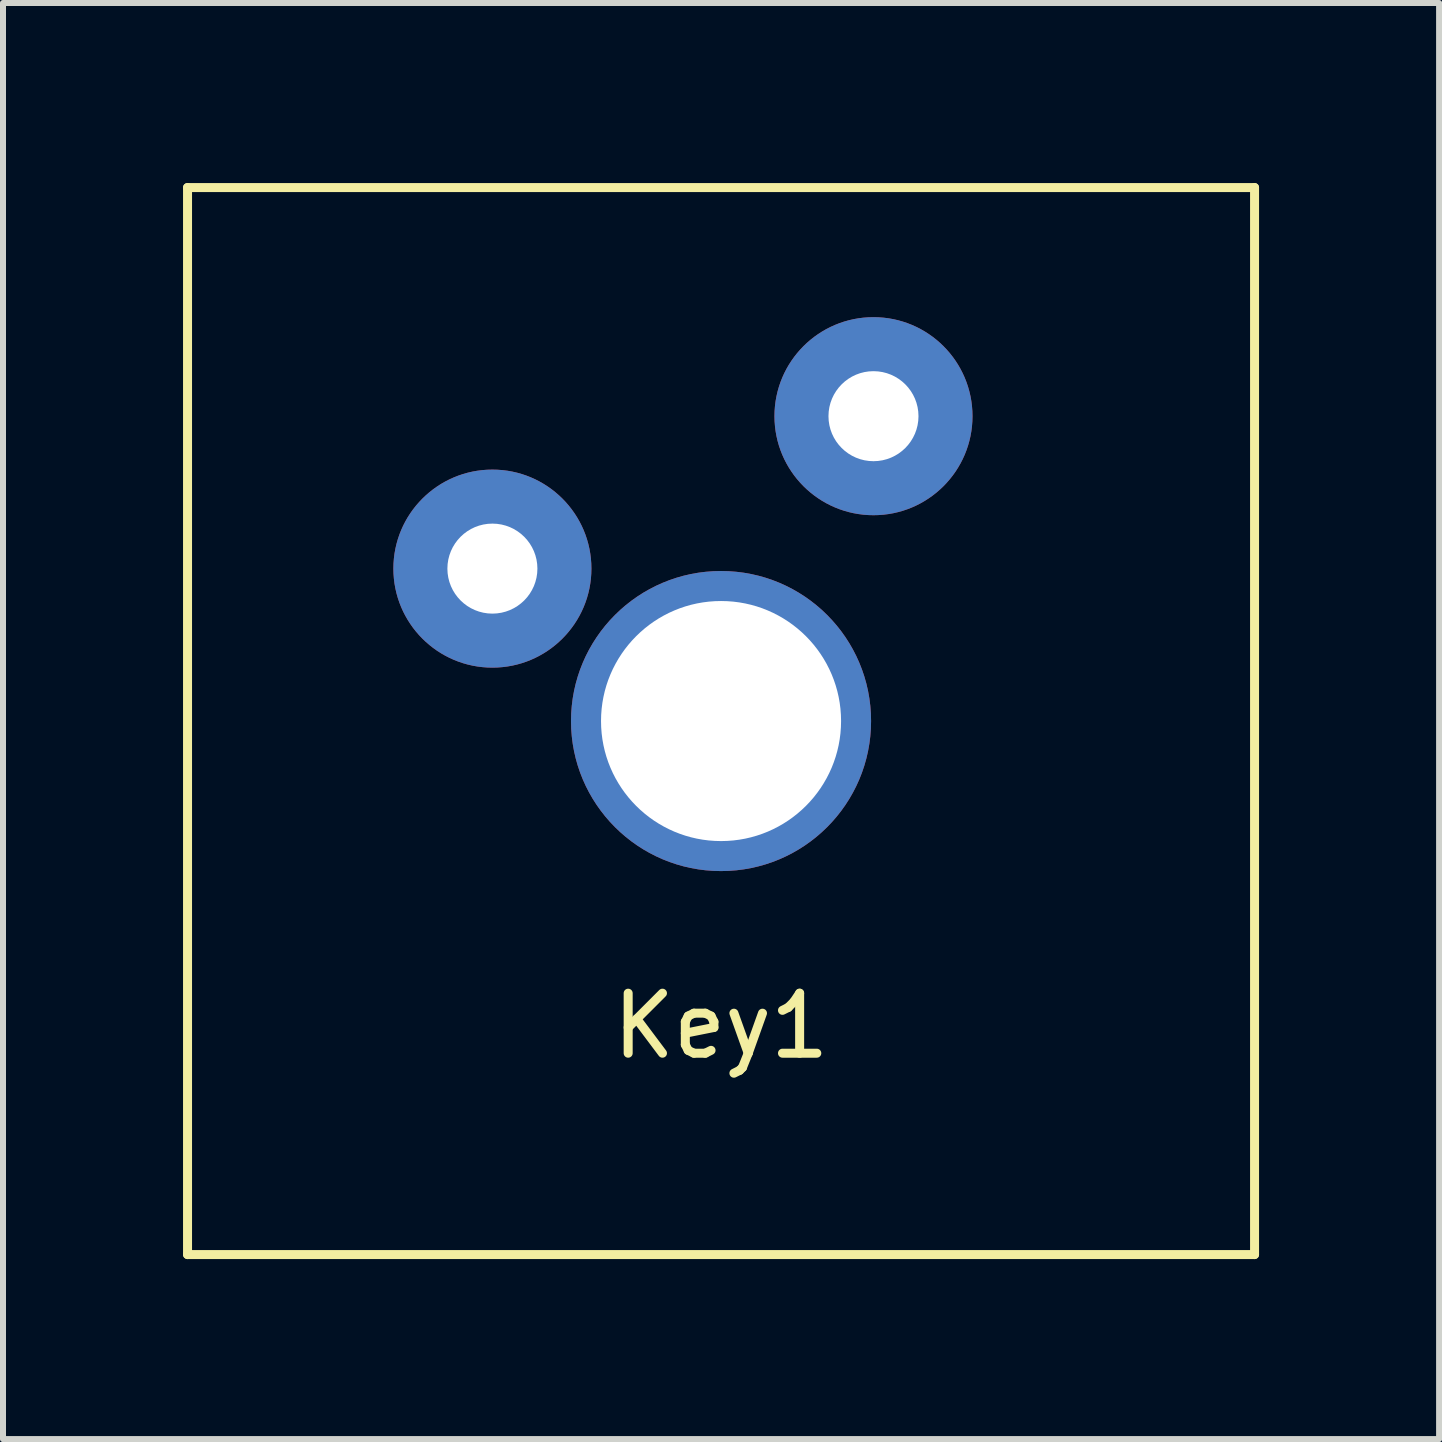
<source format=kicad_pcb>
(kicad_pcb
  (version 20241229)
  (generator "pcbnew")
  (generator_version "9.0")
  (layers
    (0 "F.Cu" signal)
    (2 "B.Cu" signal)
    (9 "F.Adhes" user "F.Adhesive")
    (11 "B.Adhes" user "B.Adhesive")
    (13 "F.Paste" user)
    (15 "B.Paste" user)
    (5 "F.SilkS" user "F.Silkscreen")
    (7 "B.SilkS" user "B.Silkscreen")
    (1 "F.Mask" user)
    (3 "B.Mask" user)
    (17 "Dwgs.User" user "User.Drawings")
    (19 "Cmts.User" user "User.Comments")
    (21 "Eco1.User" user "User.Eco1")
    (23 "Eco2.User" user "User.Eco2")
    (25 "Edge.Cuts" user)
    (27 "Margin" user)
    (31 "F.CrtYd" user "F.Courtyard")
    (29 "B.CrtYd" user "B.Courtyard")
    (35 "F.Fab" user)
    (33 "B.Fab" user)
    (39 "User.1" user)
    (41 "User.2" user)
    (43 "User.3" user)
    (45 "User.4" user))
  (footprint "Key1"
    (layer "F.Cu")
    (at 8.965 8.965)
    (property "Reference" "Key1" (at 0 5.08 0) (layer "F.SilkS") (effects (font (size 1 1) (thickness 0.15))))
    (attr through_hole)
    (fp_line (start -8.89 -8.89) (end -8.89 8.89) (stroke (width 0.15) (type solid)) (layer "F.SilkS"))
    (fp_line (start -8.89 8.89) (end 8.89 8.89) (stroke (width 0.15) (type solid)) (layer "F.SilkS"))
    (fp_line (start 8.89 -8.89) (end -8.89 -8.89) (stroke (width 0.15) (type solid)) (layer "F.SilkS"))
    (fp_line (start 8.89 8.89) (end 8.89 -8.89) (stroke (width 0.15) (type solid)) (layer "F.SilkS"))
    (pad "1" thru_hole circle (at 2.54 -5.08) (size 3.3 3.3) (drill 1.5) (layers "*.Cu" "*.Mask"))
    (pad "2" thru_hole circle (at -3.81 -2.54) (size 3.3 3.3) (drill 1.5) (layers "*.Cu" "*.Mask"))
    (pad "3" thru_hole circle (at 0 0) (size 5 5) (drill 4) (layers "*.Cu" "*.Mask")))
  (gr_rect
    (start -3 -3)
    (end 20.93 20.93)
    (stroke (width 0.1) (type default))
    (fill no)
    (layer "Edge.Cuts")))
</source>
